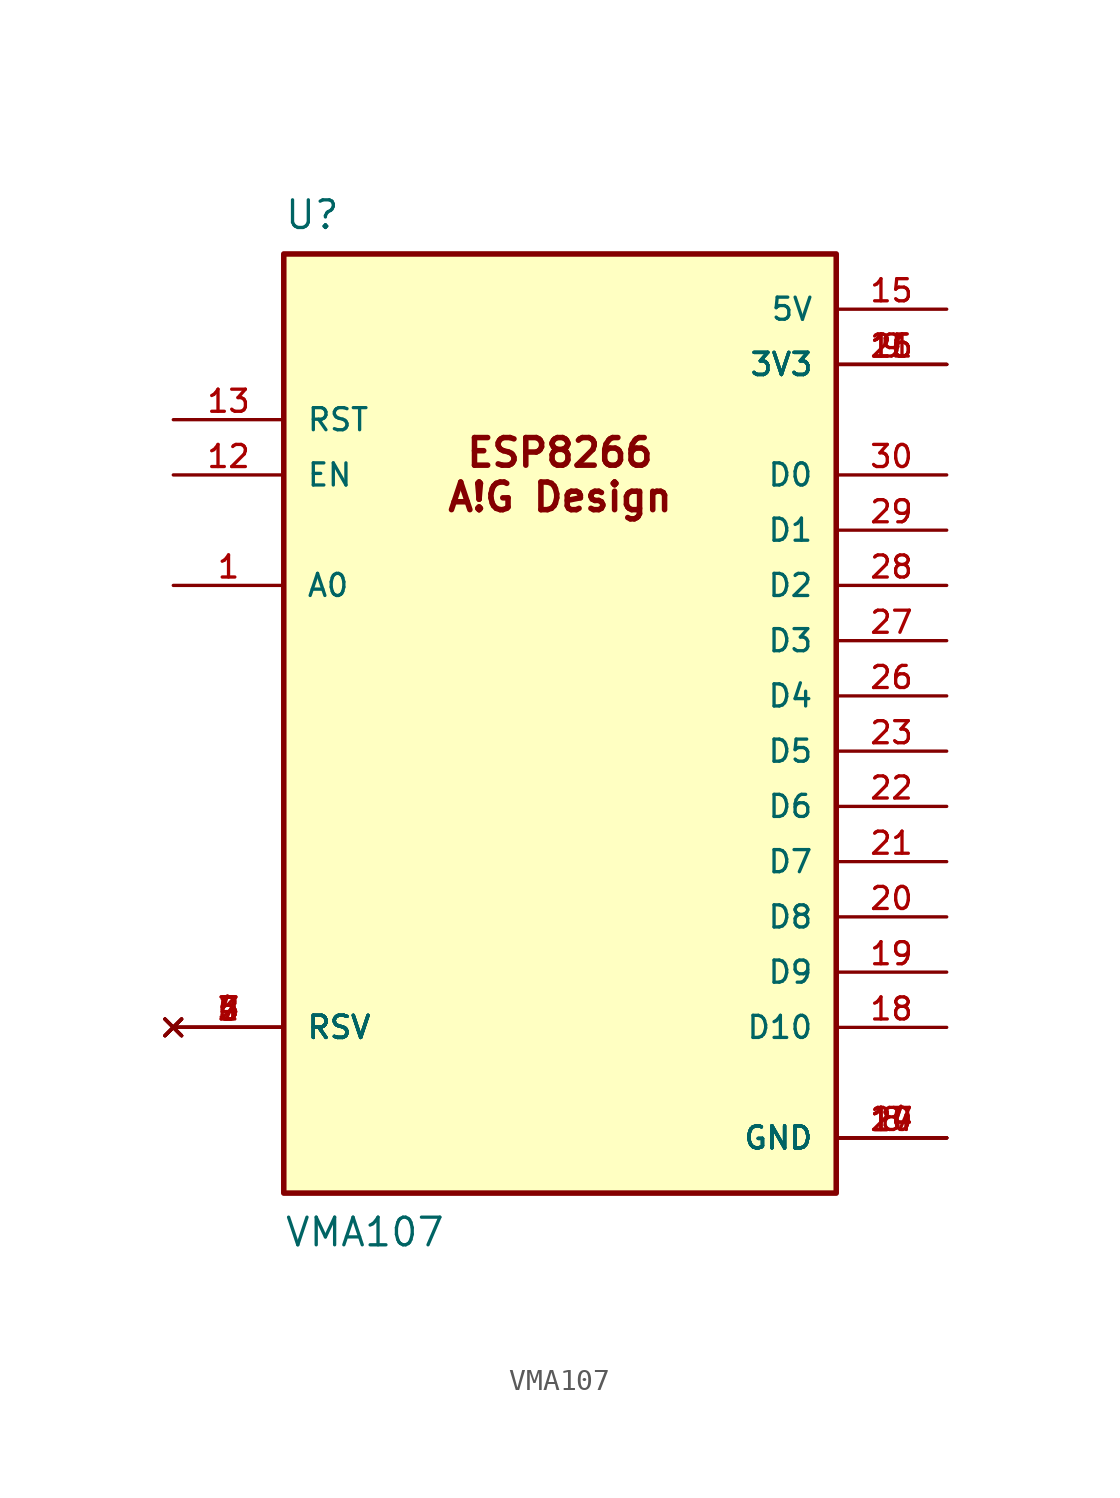
<source format=kicad_sym>
(kicad_symbol_lib
  (version 20220914)
  (generator kicad_symbol_editor)
  (symbol "VMA107"
    (pin_names
      (offset 1.016))
    (property "Reference" "U"
      (at -12.7 22.86 0)
      (effects (font (size 1.27 1.27)) (justify left top)))
    (property "Value" "VMA107"
      (at -12.7 -25.4 0)
      (effects (font (size 1.27 1.27)) (justify left bottom)))
    (symbol "VMA107_0_0"
      (rectangle (start -12.7 -22.86) (end 12.7 20.32) (stroke (width 0.254) (type default)) (fill (type background)))
      (pin bidirectional line (at -17.78 5.08 0) (length 5.08) (name "A0" (effects (font (size 1.016 1.016)))) (number "1" (effects (font (size 1.016 1.016)))))
      (pin power_in line (at 17.78 -20.32 180) (length 5.08) (name "GND" (effects (font (size 1.016 1.016)))) (number "10" (effects (font (size 1.016 1.016)))))
      (pin power_in line (at 17.78 15.24 180) (length 5.08) (name "3V3" (effects (font (size 1.016 1.016)))) (number "11" (effects (font (size 1.016 1.016)))))
      (pin input line (at -17.78 10.16 0) (length 5.08) (name "EN" (effects (font (size 1.016 1.016)))) (number "12" (effects (font (size 1.016 1.016)))))
      (pin input line (at -17.78 12.7 0) (length 5.08) (name "RST" (effects (font (size 1.016 1.016)))) (number "13" (effects (font (size 1.016 1.016)))))
      (pin power_in line (at 17.78 -20.32 180) (length 5.08) (name "GND" (effects (font (size 1.016 1.016)))) (number "14" (effects (font (size 1.016 1.016)))))
      (pin power_in line (at 17.78 17.78 180) (length 5.08) (name "5V" (effects (font (size 1.016 1.016)))) (number "15" (effects (font (size 1.016 1.016)))))
      (pin power_in line (at 17.78 15.24 180) (length 5.08) (name "3V3" (effects (font (size 1.016 1.016)))) (number "16" (effects (font (size 1.016 1.016)))))
      (pin power_in line (at 17.78 -20.32 180) (length 5.08) (name "GND" (effects (font (size 1.016 1.016)))) (number "17" (effects (font (size 1.016 1.016)))))
      (pin bidirectional line (at 17.78 -15.24 180) (length 5.08) (name "D10" (effects (font (size 1.016 1.016)))) (number "18" (effects (font (size 1.016 1.016)))))
      (pin bidirectional line (at 17.78 -12.7 180) (length 5.08) (name "D9" (effects (font (size 1.016 1.016)))) (number "19" (effects (font (size 1.016 1.016)))))
      (pin no_connect line (at -17.78 -15.24 0) (length 5.08) (name "RSV" (effects (font (size 1.016 1.016)))) (number "2" (effects (font (size 1.016 1.016)))))
      (pin bidirectional line (at 17.78 -10.16 180) (length 5.08) (name "D8" (effects (font (size 1.016 1.016)))) (number "20" (effects (font (size 1.016 1.016)))))
      (pin bidirectional line (at 17.78 -7.62 180) (length 5.08) (name "D7" (effects (font (size 1.016 1.016)))) (number "21" (effects (font (size 1.016 1.016)))))
      (pin bidirectional line (at 17.78 -5.08 180) (length 5.08) (name "D6" (effects (font (size 1.016 1.016)))) (number "22" (effects (font (size 1.016 1.016)))))
      (pin bidirectional line (at 17.78 -2.54 180) (length 5.08) (name "D5" (effects (font (size 1.016 1.016)))) (number "23" (effects (font (size 1.016 1.016)))))
      (pin power_in line (at 17.78 -20.32 180) (length 5.08) (name "GND" (effects (font (size 1.016 1.016)))) (number "24" (effects (font (size 1.016 1.016)))))
      (pin power_in line (at 17.78 15.24 180) (length 5.08) (name "3V3" (effects (font (size 1.016 1.016)))) (number "25" (effects (font (size 1.016 1.016)))))
      (pin bidirectional line (at 17.78 0 180) (length 5.08) (name "D4" (effects (font (size 1.016 1.016)))) (number "26" (effects (font (size 1.016 1.016)))))
      (pin bidirectional line (at 17.78 2.54 180) (length 5.08) (name "D3" (effects (font (size 1.016 1.016)))) (number "27" (effects (font (size 1.016 1.016)))))
      (pin bidirectional line (at 17.78 5.08 180) (length 5.08) (name "D2" (effects (font (size 1.016 1.016)))) (number "28" (effects (font (size 1.016 1.016)))))
      (pin bidirectional line (at 17.78 7.62 180) (length 5.08) (name "D1" (effects (font (size 1.016 1.016)))) (number "29" (effects (font (size 1.016 1.016)))))
      (pin no_connect line (at -17.78 -15.24 0) (length 5.08) (name "RSV" (effects (font (size 1.016 1.016)))) (number "3" (effects (font (size 1.016 1.016)))))
      (pin bidirectional line (at 17.78 10.16 180) (length 5.08) (name "D0" (effects (font (size 1.016 1.016)))) (number "30" (effects (font (size 1.016 1.016)))))
      (pin no_connect line (at -17.78 -15.24 0) (length 5.08) (name "RSV" (effects (font (size 1.016 1.016)))) (number "4" (effects (font (size 1.016 1.016)))))
      (pin no_connect line (at -17.78 -15.24 0) (length 5.08) (name "RSV" (effects (font (size 1.016 1.016)))) (number "5" (effects (font (size 1.016 1.016)))))
      (pin no_connect line (at -17.78 -15.24 0) (length 5.08) (name "RSV" (effects (font (size 1.016 1.016)))) (number "6" (effects (font (size 1.016 1.016)))))
      (pin no_connect line (at -17.78 -15.24 0) (length 5.08) (name "RSV" (effects (font (size 1.016 1.016)))) (number "7" (effects (font (size 1.016 1.016)))))
      (pin power_in line (at 17.78 -20.32 180) (length 5.08) (name "GND" (effects (font (size 1.016 1.016)))) (number "8" (effects (font (size 1.016 1.016)))))
      (pin power_in line (at 17.78 15.24 180) (length 5.08) (name "3V3" (effects (font (size 1.016 1.016)))) (number "9" (effects (font (size 1.016 1.016))))))
    (symbol "VMA107_1_1"
      (text "ESP8266\nA!G Design" (at 0 10.16 0) (effects (font (size 1.27 1.27) bold))))))
</source>
